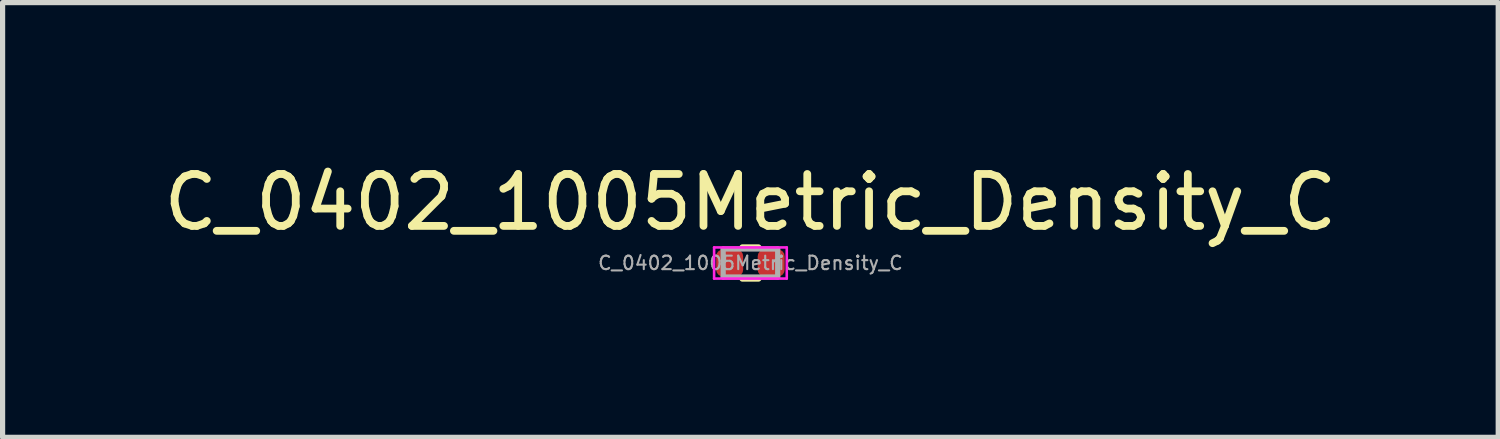
<source format=kicad_pcb>
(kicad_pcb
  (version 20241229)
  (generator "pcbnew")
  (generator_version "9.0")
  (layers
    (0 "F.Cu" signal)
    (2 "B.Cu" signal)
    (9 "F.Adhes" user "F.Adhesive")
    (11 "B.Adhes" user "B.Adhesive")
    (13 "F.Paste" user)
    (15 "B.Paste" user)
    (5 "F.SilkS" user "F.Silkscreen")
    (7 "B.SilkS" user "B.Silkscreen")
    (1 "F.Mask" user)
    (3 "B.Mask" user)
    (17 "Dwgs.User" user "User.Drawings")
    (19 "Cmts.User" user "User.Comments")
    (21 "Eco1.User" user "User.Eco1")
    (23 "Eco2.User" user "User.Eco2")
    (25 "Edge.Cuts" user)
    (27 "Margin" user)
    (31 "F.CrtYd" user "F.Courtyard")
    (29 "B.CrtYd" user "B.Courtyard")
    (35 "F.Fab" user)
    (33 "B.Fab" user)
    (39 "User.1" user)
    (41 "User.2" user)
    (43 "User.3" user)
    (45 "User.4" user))
  (footprint "C_0402_1005Metric_Density_C"
    (layer "F.Cu")
    (at 11.411 2.018)
    (property "Reference" "C_0402_1005Metric_Density_C" (at 0 -1.17 0) (layer "F.SilkS") (effects (font (size 1 1) (thickness 0.15))))
    (attr smd)
    (fp_line (start -0.154 -0.3) (end 0.154 -0.3) (stroke (width 0.12) (type solid)) (layer "F.SilkS"))
    (fp_line (start -0.154 0.3) (end 0.154 0.3) (stroke (width 0.12) (type solid)) (layer "F.SilkS"))
    (fp_line (start -0.7 -0.3) (end 0.7 -0.3) (stroke (width 0.05) (type solid)) (layer "F.CrtYd"))
    (fp_line (start -0.7 0.3) (end -0.7 -0.3) (stroke (width 0.05) (type solid)) (layer "F.CrtYd"))
    (fp_line (start 0.7 -0.3) (end 0.7 0.3) (stroke (width 0.05) (type solid)) (layer "F.CrtYd"))
    (fp_line (start 0.7 0.3) (end -0.7 0.3) (stroke (width 0.05) (type solid)) (layer "F.CrtYd"))
    (fp_line (start -0.525 -0.27) (end 0.525 -0.27) (stroke (width 0.1) (type solid)) (layer "F.Fab"))
    (fp_line (start -0.525 0.27) (end -0.525 -0.27) (stroke (width 0.1) (type solid)) (layer "F.Fab"))
    (fp_line (start 0.525 -0.27) (end 0.525 0.27) (stroke (width 0.1) (type solid)) (layer "F.Fab"))
    (fp_line (start 0.525 0.27) (end -0.525 0.27) (stroke (width 0.1) (type solid)) (layer "F.Fab"))
    (fp_text user "${REFERENCE}" (at 0 0 0) (layer "F.Fab") (effects (font (size 0.26 0.26) (thickness 0.04))))
    (pad "1" smd roundrect (at -0.4 0) (size 0.52 0.52) (layers "F.Cu" "F.Mask" "F.Paste") (roundrect_rratio 0.25))
    (pad "2" smd roundrect (at 0.4 0) (size 0.52 0.52) (layers "F.Cu" "F.Mask" "F.Paste") (roundrect_rratio 0.25)))
  (gr_rect
    (start -3 -3)
    (end 25.821 5.378)
    (stroke (width 0.1) (type default))
    (fill no)
    (layer "Edge.Cuts")))
</source>
